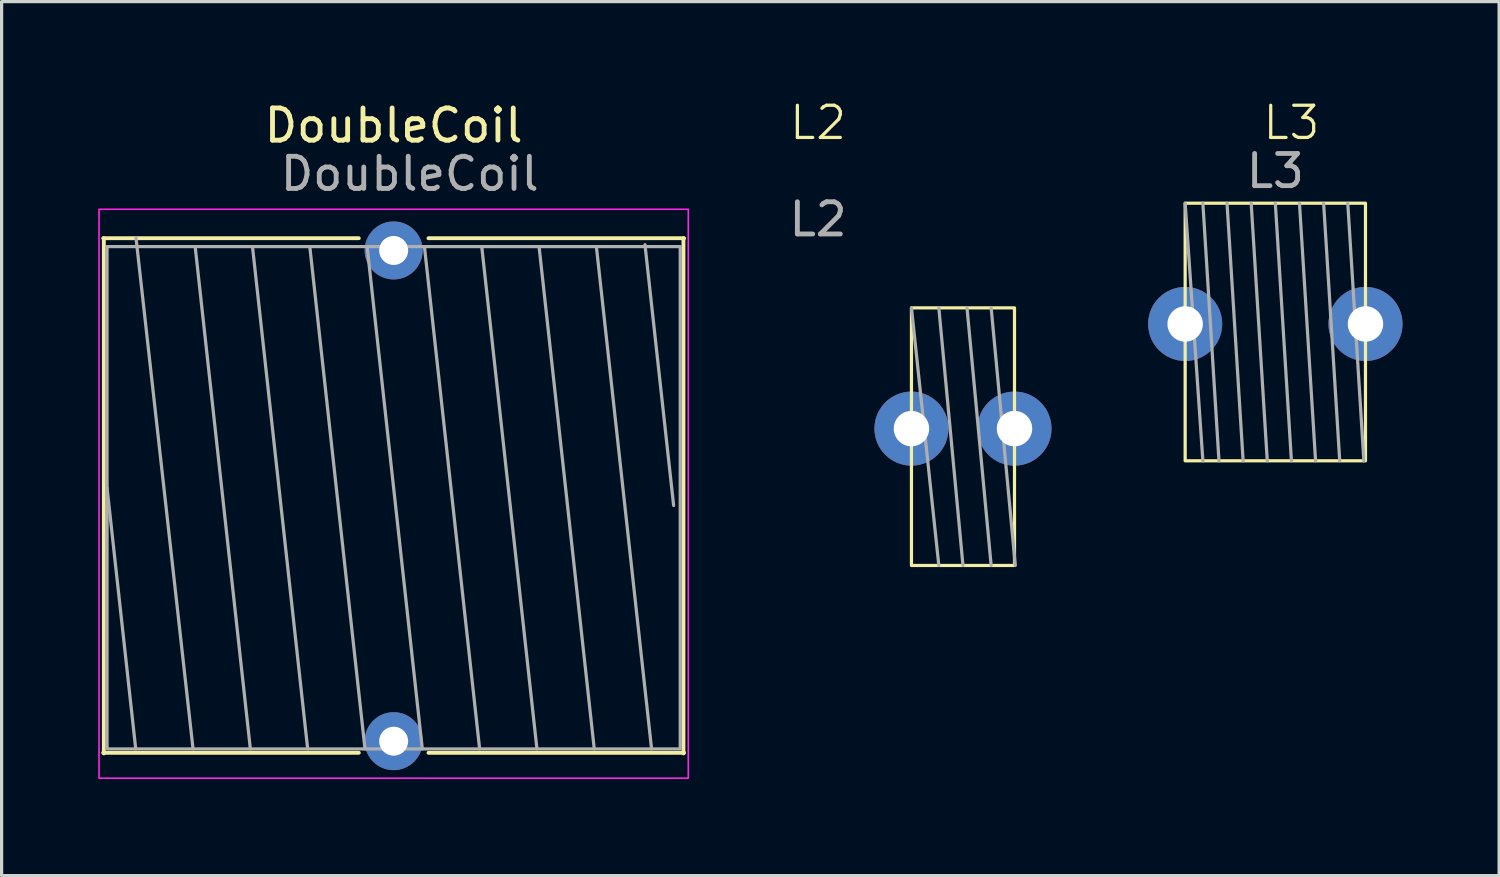
<source format=kicad_pcb>
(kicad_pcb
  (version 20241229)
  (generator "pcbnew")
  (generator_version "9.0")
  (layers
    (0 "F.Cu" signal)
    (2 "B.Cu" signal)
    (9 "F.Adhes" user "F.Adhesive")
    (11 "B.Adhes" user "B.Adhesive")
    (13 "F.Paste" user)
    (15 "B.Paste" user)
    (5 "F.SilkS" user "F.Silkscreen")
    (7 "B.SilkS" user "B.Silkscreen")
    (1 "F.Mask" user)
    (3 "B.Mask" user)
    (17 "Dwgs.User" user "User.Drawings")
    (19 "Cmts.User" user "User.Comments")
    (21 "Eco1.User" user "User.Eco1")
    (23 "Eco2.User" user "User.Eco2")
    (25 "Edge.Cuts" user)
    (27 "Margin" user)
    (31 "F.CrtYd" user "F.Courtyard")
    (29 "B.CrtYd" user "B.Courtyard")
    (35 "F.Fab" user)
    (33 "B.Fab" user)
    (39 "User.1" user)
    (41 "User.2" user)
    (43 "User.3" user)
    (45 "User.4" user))
  (footprint "L2"
    (layer "F.Cu")
    (at 26.856 10.261)
    (property "Reference" "L2" (at -4.5 -9.5 0) (unlocked yes) (layer "F.SilkS") (effects (font (size 1 1) (thickness 0.1))))
    (attr smd)
    (fp_rect (start -1.6 -3.75) (end 1.6 4.25) (stroke (width 0.1) (type solid)) (fill no) (layer "F.SilkS"))
    (fp_line (start -1.6 -3.75) (end -0.75 4.25) (stroke (width 0.1) (type solid)) (layer "F.Fab"))
    (fp_line (start -0.75 -3.75) (end 0 4.25) (stroke (width 0.1) (type solid)) (layer "F.Fab"))
    (fp_line (start 0.125 -3.75) (end 0.875 4.25) (stroke (width 0.1) (type solid)) (layer "F.Fab"))
    (fp_line (start 0.875 -3.75) (end 1.625 4.25) (stroke (width 0.1) (type solid)) (layer "F.Fab"))
    (fp_text user "${REFERENCE}" (at -4.5 -6.5 0) (unlocked yes) (layer "F.Fab") (effects (font (size 1 1) (thickness 0.15))))
    (pad "1" thru_hole circle (at -1.6 0) (size 2.3 2.3) (drill 1.1) (layers "*.Cu" "*.Mask"))
    (pad "2" thru_hole circle (at 1.6 0) (size 2.3 2.3) (drill 1.1) (layers "*.Cu" "*.Mask")))
  (footprint "DoubleCoil"
    (layer "F.Cu")
    (at 9.175 12.348)
    (property "Reference" "DoubleCoil" (at 0 -11.5 0) (layer "F.SilkS") (effects (font (size 1 1) (thickness 0.15))))
    (attr through_hole)
    (fp_line (start -9.02 -8) (end -1.082 -8) (stroke (width 0.12) (type solid)) (layer "F.SilkS"))
    (fp_line (start -9 8) (end -9 -8) (stroke (width 0.12) (type solid)) (layer "F.SilkS"))
    (fp_line (start -1.082 7.98) (end -9.02 7.98) (stroke (width 0.12) (type solid)) (layer "F.SilkS"))
    (fp_line (start 1.082 -8) (end 9.02 -8) (stroke (width 0.12) (type solid)) (layer "F.SilkS"))
    (fp_line (start 9 -8) (end 9 8) (stroke (width 0.12) (type solid)) (layer "F.SilkS"))
    (fp_line (start 9.02 7.98) (end 1.082 7.98) (stroke (width 0.12) (type solid)) (layer "F.SilkS"))
    (fp_rect (start -9.15 -8.9) (end 9.15 8.77) (stroke (width 0.05) (type solid)) (fill no) (layer "F.CrtYd"))
    (fp_line (start -8.9 -0.24) (end -8.01 7.86) (stroke (width 0.1) (type solid)) (layer "F.Fab"))
    (fp_line (start -8 -8) (end -6.23 7.86) (stroke (width 0.1) (type solid)) (layer "F.Fab"))
    (fp_line (start -6.164 -7.74) (end -4.45 7.86) (stroke (width 0.1) (type solid)) (layer "F.Fab"))
    (fp_line (start -4.384 -7.74) (end -2.67 7.86) (stroke (width 0.1) (type solid)) (layer "F.Fab"))
    (fp_line (start -2.604 -7.74) (end -0.89 7.86) (stroke (width 0.1) (type solid)) (layer "F.Fab"))
    (fp_line (start -0.824 -7.74) (end 0.89 7.86) (stroke (width 0.1) (type solid)) (layer "F.Fab"))
    (fp_line (start 0.956 -7.74) (end 2.67 7.86) (stroke (width 0.1) (type solid)) (layer "F.Fab"))
    (fp_line (start 2.736 -7.74) (end 4.45 7.86) (stroke (width 0.1) (type solid)) (layer "F.Fab"))
    (fp_line (start 4.516 -7.74) (end 6.23 7.86) (stroke (width 0.1) (type solid)) (layer "F.Fab"))
    (fp_line (start 6.296 -7.74) (end 8.01 7.86) (stroke (width 0.1) (type solid)) (layer "F.Fab"))
    (fp_line (start 7.805 -7.8) (end 8.695 0.3) (stroke (width 0.1) (type solid)) (layer "F.Fab"))
    (fp_rect (start -8.9 -7.74) (end 8.9 7.86) (stroke (width 0.1) (type solid)) (fill no) (layer "F.Fab"))
    (fp_text user "${REFERENCE}" (at 0.5 -10 0) (layer "F.Fab") (effects (font (size 1 1) (thickness 0.15))))
    (pad "1" thru_hole circle (at 0 -7.62) (size 1.8 1.8) (drill 0.9) (layers "*.Cu" "*.Mask"))
    (pad "2" thru_hole circle (at 0 7.62) (size 1.8 1.8) (drill 0.9) (layers "*.Cu" "*.Mask")))
  (footprint "L3"
    (layer "F.Cu")
    (at 36.556 7.011)
    (property "Reference" "L3" (at 0.5 -6.25 0) (unlocked yes) (layer "F.SilkS") (effects (font (size 1 1) (thickness 0.1))))
    (attr smd)
    (fp_rect (start -2.8 -3.75) (end 2.8 4.25) (stroke (width 0.1) (type solid)) (fill no) (layer "F.SilkS"))
    (fp_line (start -2.8 -3.75) (end -2.25 4.25) (stroke (width 0.1) (type solid)) (layer "F.Fab"))
    (fp_line (start -2.25 -3.75) (end -1.75 4.25) (stroke (width 0.1) (type solid)) (layer "F.Fab"))
    (fp_line (start -1.5 -3.75) (end -1 4.25) (stroke (width 0.1) (type solid)) (layer "F.Fab"))
    (fp_line (start -0.75 -3.75) (end -0.25 4.25) (stroke (width 0.1) (type solid)) (layer "F.Fab"))
    (fp_line (start 0 -3.75) (end 0.5 4.25) (stroke (width 0.1) (type solid)) (layer "F.Fab"))
    (fp_line (start 0.75 -3.75) (end 1.25 4.25) (stroke (width 0.1) (type solid)) (layer "F.Fab"))
    (fp_line (start 1.5 -3.75) (end 2 4.25) (stroke (width 0.1) (type solid)) (layer "F.Fab"))
    (fp_line (start 2.25 -3.75) (end 2.75 4.25) (stroke (width 0.1) (type solid)) (layer "F.Fab"))
    (fp_text user "${REFERENCE}" (at 0 -4.75 0) (unlocked yes) (layer "F.Fab") (effects (font (size 1 1) (thickness 0.15))))
    (pad "1" thru_hole circle (at -2.8 0) (size 2.3 2.3) (drill 1.1) (layers "*.Cu" "*.Mask"))
    (pad "2" thru_hole circle (at 2.8 0) (size 2.3 2.3) (drill 1.1) (layers "*.Cu" "*.Mask")))
  (gr_rect
    (start -3 -3)
    (end 43.506 24.143)
    (stroke (width 0.1) (type default))
    (fill no)
    (layer "Edge.Cuts")))
</source>
